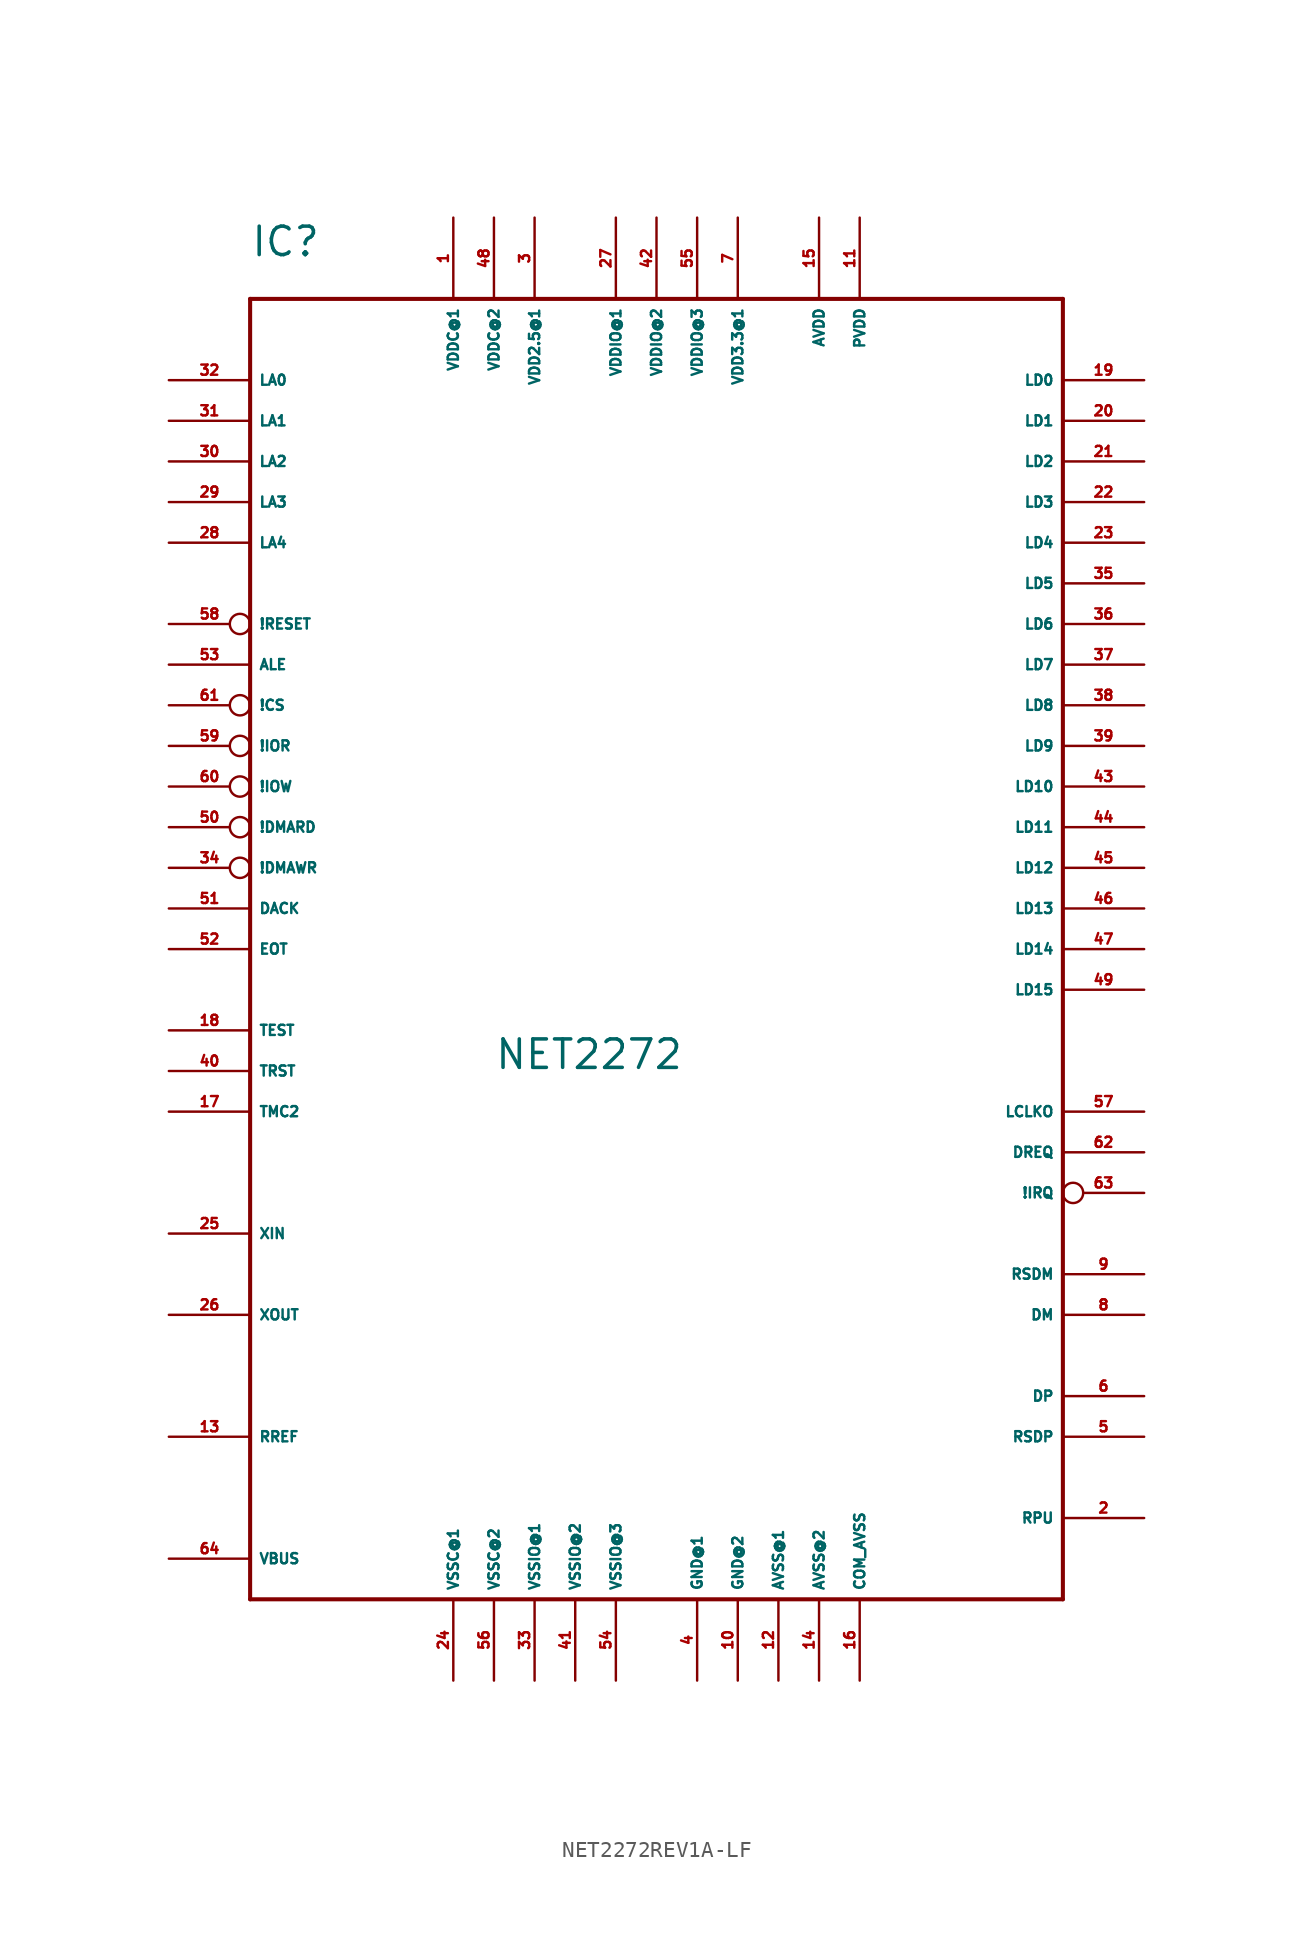
<source format=kicad_sym>
(kicad_symbol_lib
  (version 20220914)
  (generator Eagle2Kicad)
  (symbol "NET2272REV1A-LF"
    (property "Reference" "IC"
      (at -25.4 43.18 0)
      (effects (font (size 1.778 1.778) (thickness 0.22)) (justify left bottom)))
    (property "Value" "NET2272"
      (at -10.16 -7.62 0)
      (effects (font (size 1.778 1.778) (thickness 0.22)) (justify left bottom)))
    (polyline
      (pts (xy -25.4 40.64) (xy 25.4 40.64))
      (stroke (width 0.254) (type default))
      (fill (type none)))
    (polyline
      (pts (xy 25.4 40.64) (xy 25.4 -40.64))
      (stroke (width 0.254) (type default))
      (fill (type none)))
    (polyline
      (pts (xy 25.4 -40.64) (xy -25.4 -40.64))
      (stroke (width 0.254) (type default))
      (fill (type none)))
    (polyline
      (pts (xy -25.4 -40.64) (xy -25.4 40.64))
      (stroke (width 0.254) (type default))
      (fill (type none)))
    (pin unspecified line
      (at -12.7 -45.72 90)
      (length 5.08)
      (name "VSSC@1" (effects (font (size 0.635 0.635) (thickness 0.08)) (justify left bottom)))
      (number "24" (effects (font (size 0.635 0.635) (thickness 0.08)) (justify left bottom))))
    (pin unspecified line
      (at -10.16 -45.72 90)
      (length 5.08)
      (name "VSSC@2" (effects (font (size 0.635 0.635) (thickness 0.08)) (justify left bottom)))
      (number "56" (effects (font (size 0.635 0.635) (thickness 0.08)) (justify left bottom))))
    (pin unspecified line
      (at -12.7 45.72 270)
      (length 5.08)
      (name "VDDC@1" (effects (font (size 0.635 0.635) (thickness 0.08)) (justify left bottom)))
      (number "1" (effects (font (size 0.635 0.635) (thickness 0.08)) (justify left bottom))))
    (pin unspecified line
      (at -10.16 45.72 270)
      (length 5.08)
      (name "VDDC@2" (effects (font (size 0.635 0.635) (thickness 0.08)) (justify left bottom)))
      (number "48" (effects (font (size 0.635 0.635) (thickness 0.08)) (justify left bottom))))
    (pin unspecified line
      (at -2.54 45.72 270)
      (length 5.08)
      (name "VDDIO@1" (effects (font (size 0.635 0.635) (thickness 0.08)) (justify left bottom)))
      (number "27" (effects (font (size 0.635 0.635) (thickness 0.08)) (justify left bottom))))
    (pin unspecified line
      (at 0 45.72 270)
      (length 5.08)
      (name "VDDIO@2" (effects (font (size 0.635 0.635) (thickness 0.08)) (justify left bottom)))
      (number "42" (effects (font (size 0.635 0.635) (thickness 0.08)) (justify left bottom))))
    (pin unspecified line
      (at 2.54 45.72 270)
      (length 5.08)
      (name "VDDIO@3" (effects (font (size 0.635 0.635) (thickness 0.08)) (justify left bottom)))
      (number "55" (effects (font (size 0.635 0.635) (thickness 0.08)) (justify left bottom))))
    (pin unspecified line
      (at -7.62 -45.72 90)
      (length 5.08)
      (name "VSSIO@1" (effects (font (size 0.635 0.635) (thickness 0.08)) (justify left bottom)))
      (number "33" (effects (font (size 0.635 0.635) (thickness 0.08)) (justify left bottom))))
    (pin unspecified line
      (at -5.08 -45.72 90)
      (length 5.08)
      (name "VSSIO@2" (effects (font (size 0.635 0.635) (thickness 0.08)) (justify left bottom)))
      (number "41" (effects (font (size 0.635 0.635) (thickness 0.08)) (justify left bottom))))
    (pin unspecified line
      (at -2.54 -45.72 90)
      (length 5.08)
      (name "VSSIO@3" (effects (font (size 0.635 0.635) (thickness 0.08)) (justify left bottom)))
      (number "54" (effects (font (size 0.635 0.635) (thickness 0.08)) (justify left bottom))))
    (pin bidirectional line
      (at 30.48 -27.94 180)
      (length 5.08)
      (name "DP" (effects (font (size 0.635 0.635) (thickness 0.08)) (justify left bottom)))
      (number "6" (effects (font (size 0.635 0.635) (thickness 0.08)) (justify left bottom))))
    (pin bidirectional line
      (at 30.48 -22.86 180)
      (length 5.08)
      (name "DM" (effects (font (size 0.635 0.635) (thickness 0.08)) (justify left bottom)))
      (number "8" (effects (font (size 0.635 0.635) (thickness 0.08)) (justify left bottom))))
    (pin output line
      (at 30.48 -30.48 180)
      (length 5.08)
      (name "RSDP" (effects (font (size 0.635 0.635) (thickness 0.08)) (justify left bottom)))
      (number "5" (effects (font (size 0.635 0.635) (thickness 0.08)) (justify left bottom))))
    (pin output line
      (at 30.48 -20.32 180)
      (length 5.08)
      (name "RSDM" (effects (font (size 0.635 0.635) (thickness 0.08)) (justify left bottom)))
      (number "9" (effects (font (size 0.635 0.635) (thickness 0.08)) (justify left bottom))))
    (pin output line
      (at 30.48 -35.56 180)
      (length 5.08)
      (name "RPU" (effects (font (size 0.635 0.635) (thickness 0.08)) (justify left bottom)))
      (number "2" (effects (font (size 0.635 0.635) (thickness 0.08)) (justify left bottom))))
    (pin input line
      (at -30.48 -30.48 0)
      (length 5.08)
      (name "RREF" (effects (font (size 0.635 0.635) (thickness 0.08)) (justify left bottom)))
      (number "13" (effects (font (size 0.635 0.635) (thickness 0.08)) (justify left bottom))))
    (pin unspecified line
      (at -7.62 45.72 270)
      (length 5.08)
      (name "VDD2.5@1" (effects (font (size 0.635 0.635) (thickness 0.08)) (justify left bottom)))
      (number "3" (effects (font (size 0.635 0.635) (thickness 0.08)) (justify left bottom))))
    (pin unspecified line
      (at 5.08 45.72 270)
      (length 5.08)
      (name "VDD3.3@1" (effects (font (size 0.635 0.635) (thickness 0.08)) (justify left bottom)))
      (number "7" (effects (font (size 0.635 0.635) (thickness 0.08)) (justify left bottom))))
    (pin unspecified line
      (at 12.7 45.72 270)
      (length 5.08)
      (name "PVDD" (effects (font (size 0.635 0.635) (thickness 0.08)) (justify left bottom)))
      (number "11" (effects (font (size 0.635 0.635) (thickness 0.08)) (justify left bottom))))
    (pin unspecified line
      (at 10.16 45.72 270)
      (length 5.08)
      (name "AVDD" (effects (font (size 0.635 0.635) (thickness 0.08)) (justify left bottom)))
      (number "15" (effects (font (size 0.635 0.635) (thickness 0.08)) (justify left bottom))))
    (pin unspecified line
      (at 2.54 -45.72 90)
      (length 5.08)
      (name "GND@1" (effects (font (size 0.635 0.635) (thickness 0.08)) (justify left bottom)))
      (number "4" (effects (font (size 0.635 0.635) (thickness 0.08)) (justify left bottom))))
    (pin unspecified line
      (at 5.08 -45.72 90)
      (length 5.08)
      (name "GND@2" (effects (font (size 0.635 0.635) (thickness 0.08)) (justify left bottom)))
      (number "10" (effects (font (size 0.635 0.635) (thickness 0.08)) (justify left bottom))))
    (pin unspecified line
      (at 7.62 -45.72 90)
      (length 5.08)
      (name "AVSS@1" (effects (font (size 0.635 0.635) (thickness 0.08)) (justify left bottom)))
      (number "12" (effects (font (size 0.635 0.635) (thickness 0.08)) (justify left bottom))))
    (pin unspecified line
      (at 10.16 -45.72 90)
      (length 5.08)
      (name "AVSS@2" (effects (font (size 0.635 0.635) (thickness 0.08)) (justify left bottom)))
      (number "14" (effects (font (size 0.635 0.635) (thickness 0.08)) (justify left bottom))))
    (pin unspecified line
      (at 12.7 -45.72 90)
      (length 5.08)
      (name "COM_AVSS" (effects (font (size 0.635 0.635) (thickness 0.08)) (justify left bottom)))
      (number "16" (effects (font (size 0.635 0.635) (thickness 0.08)) (justify left bottom))))
    (pin input line
      (at -30.48 -17.78 0)
      (length 5.08)
      (name "XIN" (effects (font (size 0.635 0.635) (thickness 0.08)) (justify left bottom)))
      (number "25" (effects (font (size 0.635 0.635) (thickness 0.08)) (justify left bottom))))
    (pin output line
      (at -30.48 -22.86 0)
      (length 5.08)
      (name "XOUT" (effects (font (size 0.635 0.635) (thickness 0.08)) (justify left bottom)))
      (number "26" (effects (font (size 0.635 0.635) (thickness 0.08)) (justify left bottom))))
    (pin output line
      (at 30.48 -10.16 180)
      (length 5.08)
      (name "LCLKO" (effects (font (size 0.635 0.635) (thickness 0.08)) (justify left bottom)))
      (number "57" (effects (font (size 0.635 0.635) (thickness 0.08)) (justify left bottom))))
    (pin input inverted
      (at -30.48 20.32 0)
      (length 5.08)
      (name "!RESET" (effects (font (size 0.635 0.635) (thickness 0.08)) (justify left bottom)))
      (number "58" (effects (font (size 0.635 0.635) (thickness 0.08)) (justify left bottom))))
    (pin input line
      (at -30.48 -38.1 0)
      (length 5.08)
      (name "VBUS" (effects (font (size 0.635 0.635) (thickness 0.08)) (justify left bottom)))
      (number "64" (effects (font (size 0.635 0.635) (thickness 0.08)) (justify left bottom))))
    (pin input line
      (at -30.48 -5.08 0)
      (length 5.08)
      (name "TEST" (effects (font (size 0.635 0.635) (thickness 0.08)) (justify left bottom)))
      (number "18" (effects (font (size 0.635 0.635) (thickness 0.08)) (justify left bottom))))
    (pin input line
      (at -30.48 -7.62 0)
      (length 5.08)
      (name "TRST" (effects (font (size 0.635 0.635) (thickness 0.08)) (justify left bottom)))
      (number "40" (effects (font (size 0.635 0.635) (thickness 0.08)) (justify left bottom))))
    (pin input line
      (at -30.48 -10.16 0)
      (length 5.08)
      (name "TMC2" (effects (font (size 0.635 0.635) (thickness 0.08)) (justify left bottom)))
      (number "17" (effects (font (size 0.635 0.635) (thickness 0.08)) (justify left bottom))))
    (pin input line
      (at -30.48 35.56 0)
      (length 5.08)
      (name "LA0" (effects (font (size 0.635 0.635) (thickness 0.08)) (justify left bottom)))
      (number "32" (effects (font (size 0.635 0.635) (thickness 0.08)) (justify left bottom))))
    (pin input line
      (at -30.48 33.02 0)
      (length 5.08)
      (name "LA1" (effects (font (size 0.635 0.635) (thickness 0.08)) (justify left bottom)))
      (number "31" (effects (font (size 0.635 0.635) (thickness 0.08)) (justify left bottom))))
    (pin input line
      (at -30.48 30.48 0)
      (length 5.08)
      (name "LA2" (effects (font (size 0.635 0.635) (thickness 0.08)) (justify left bottom)))
      (number "30" (effects (font (size 0.635 0.635) (thickness 0.08)) (justify left bottom))))
    (pin input line
      (at -30.48 27.94 0)
      (length 5.08)
      (name "LA3" (effects (font (size 0.635 0.635) (thickness 0.08)) (justify left bottom)))
      (number "29" (effects (font (size 0.635 0.635) (thickness 0.08)) (justify left bottom))))
    (pin input line
      (at -30.48 25.4 0)
      (length 5.08)
      (name "LA4" (effects (font (size 0.635 0.635) (thickness 0.08)) (justify left bottom)))
      (number "28" (effects (font (size 0.635 0.635) (thickness 0.08)) (justify left bottom))))
    (pin input line
      (at -30.48 17.78 0)
      (length 5.08)
      (name "ALE" (effects (font (size 0.635 0.635) (thickness 0.08)) (justify left bottom)))
      (number "53" (effects (font (size 0.635 0.635) (thickness 0.08)) (justify left bottom))))
    (pin bidirectional line
      (at 30.48 35.56 180)
      (length 5.08)
      (name "LD0" (effects (font (size 0.635 0.635) (thickness 0.08)) (justify left bottom)))
      (number "19" (effects (font (size 0.635 0.635) (thickness 0.08)) (justify left bottom))))
    (pin bidirectional line
      (at 30.48 33.02 180)
      (length 5.08)
      (name "LD1" (effects (font (size 0.635 0.635) (thickness 0.08)) (justify left bottom)))
      (number "20" (effects (font (size 0.635 0.635) (thickness 0.08)) (justify left bottom))))
    (pin bidirectional line
      (at 30.48 30.48 180)
      (length 5.08)
      (name "LD2" (effects (font (size 0.635 0.635) (thickness 0.08)) (justify left bottom)))
      (number "21" (effects (font (size 0.635 0.635) (thickness 0.08)) (justify left bottom))))
    (pin bidirectional line
      (at 30.48 27.94 180)
      (length 5.08)
      (name "LD3" (effects (font (size 0.635 0.635) (thickness 0.08)) (justify left bottom)))
      (number "22" (effects (font (size 0.635 0.635) (thickness 0.08)) (justify left bottom))))
    (pin bidirectional line
      (at 30.48 25.4 180)
      (length 5.08)
      (name "LD4" (effects (font (size 0.635 0.635) (thickness 0.08)) (justify left bottom)))
      (number "23" (effects (font (size 0.635 0.635) (thickness 0.08)) (justify left bottom))))
    (pin bidirectional line
      (at 30.48 22.86 180)
      (length 5.08)
      (name "LD5" (effects (font (size 0.635 0.635) (thickness 0.08)) (justify left bottom)))
      (number "35" (effects (font (size 0.635 0.635) (thickness 0.08)) (justify left bottom))))
    (pin bidirectional line
      (at 30.48 20.32 180)
      (length 5.08)
      (name "LD6" (effects (font (size 0.635 0.635) (thickness 0.08)) (justify left bottom)))
      (number "36" (effects (font (size 0.635 0.635) (thickness 0.08)) (justify left bottom))))
    (pin bidirectional line
      (at 30.48 17.78 180)
      (length 5.08)
      (name "LD7" (effects (font (size 0.635 0.635) (thickness 0.08)) (justify left bottom)))
      (number "37" (effects (font (size 0.635 0.635) (thickness 0.08)) (justify left bottom))))
    (pin bidirectional line
      (at 30.48 15.24 180)
      (length 5.08)
      (name "LD8" (effects (font (size 0.635 0.635) (thickness 0.08)) (justify left bottom)))
      (number "38" (effects (font (size 0.635 0.635) (thickness 0.08)) (justify left bottom))))
    (pin bidirectional line
      (at 30.48 12.7 180)
      (length 5.08)
      (name "LD9" (effects (font (size 0.635 0.635) (thickness 0.08)) (justify left bottom)))
      (number "39" (effects (font (size 0.635 0.635) (thickness 0.08)) (justify left bottom))))
    (pin bidirectional line
      (at 30.48 10.16 180)
      (length 5.08)
      (name "LD10" (effects (font (size 0.635 0.635) (thickness 0.08)) (justify left bottom)))
      (number "43" (effects (font (size 0.635 0.635) (thickness 0.08)) (justify left bottom))))
    (pin bidirectional line
      (at 30.48 7.62 180)
      (length 5.08)
      (name "LD11" (effects (font (size 0.635 0.635) (thickness 0.08)) (justify left bottom)))
      (number "44" (effects (font (size 0.635 0.635) (thickness 0.08)) (justify left bottom))))
    (pin bidirectional line
      (at 30.48 5.08 180)
      (length 5.08)
      (name "LD12" (effects (font (size 0.635 0.635) (thickness 0.08)) (justify left bottom)))
      (number "45" (effects (font (size 0.635 0.635) (thickness 0.08)) (justify left bottom))))
    (pin bidirectional line
      (at 30.48 2.54 180)
      (length 5.08)
      (name "LD13" (effects (font (size 0.635 0.635) (thickness 0.08)) (justify left bottom)))
      (number "46" (effects (font (size 0.635 0.635) (thickness 0.08)) (justify left bottom))))
    (pin bidirectional line
      (at 30.48 0 180)
      (length 5.08)
      (name "LD14" (effects (font (size 0.635 0.635) (thickness 0.08)) (justify left bottom)))
      (number "47" (effects (font (size 0.635 0.635) (thickness 0.08)) (justify left bottom))))
    (pin bidirectional line
      (at 30.48 -2.54 180)
      (length 5.08)
      (name "LD15" (effects (font (size 0.635 0.635) (thickness 0.08)) (justify left bottom)))
      (number "49" (effects (font (size 0.635 0.635) (thickness 0.08)) (justify left bottom))))
    (pin input inverted
      (at -30.48 12.7 0)
      (length 5.08)
      (name "!IOR" (effects (font (size 0.635 0.635) (thickness 0.08)) (justify left bottom)))
      (number "59" (effects (font (size 0.635 0.635) (thickness 0.08)) (justify left bottom))))
    (pin input inverted
      (at -30.48 10.16 0)
      (length 5.08)
      (name "!IOW" (effects (font (size 0.635 0.635) (thickness 0.08)) (justify left bottom)))
      (number "60" (effects (font (size 0.635 0.635) (thickness 0.08)) (justify left bottom))))
    (pin output inverted
      (at 30.48 -15.24 180)
      (length 5.08)
      (name "!IRQ" (effects (font (size 0.635 0.635) (thickness 0.08)) (justify left bottom)))
      (number "63" (effects (font (size 0.635 0.635) (thickness 0.08)) (justify left bottom))))
    (pin input inverted
      (at -30.48 15.24 0)
      (length 5.08)
      (name "!CS" (effects (font (size 0.635 0.635) (thickness 0.08)) (justify left bottom)))
      (number "61" (effects (font (size 0.635 0.635) (thickness 0.08)) (justify left bottom))))
    (pin input inverted
      (at -30.48 5.08 0)
      (length 5.08)
      (name "!DMAWR" (effects (font (size 0.635 0.635) (thickness 0.08)) (justify left bottom)))
      (number "34" (effects (font (size 0.635 0.635) (thickness 0.08)) (justify left bottom))))
    (pin input inverted
      (at -30.48 7.62 0)
      (length 5.08)
      (name "!DMARD" (effects (font (size 0.635 0.635) (thickness 0.08)) (justify left bottom)))
      (number "50" (effects (font (size 0.635 0.635) (thickness 0.08)) (justify left bottom))))
    (pin output line
      (at 30.48 -12.7 180)
      (length 5.08)
      (name "DREQ" (effects (font (size 0.635 0.635) (thickness 0.08)) (justify left bottom)))
      (number "62" (effects (font (size 0.635 0.635) (thickness 0.08)) (justify left bottom))))
    (pin input line
      (at -30.48 2.54 0)
      (length 5.08)
      (name "DACK" (effects (font (size 0.635 0.635) (thickness 0.08)) (justify left bottom)))
      (number "51" (effects (font (size 0.635 0.635) (thickness 0.08)) (justify left bottom))))
    (pin input line
      (at -30.48 0 0)
      (length 5.08)
      (name "EOT" (effects (font (size 0.635 0.635) (thickness 0.08)) (justify left bottom)))
      (number "52" (effects (font (size 0.635 0.635) (thickness 0.08)) (justify left bottom))))))
</source>
